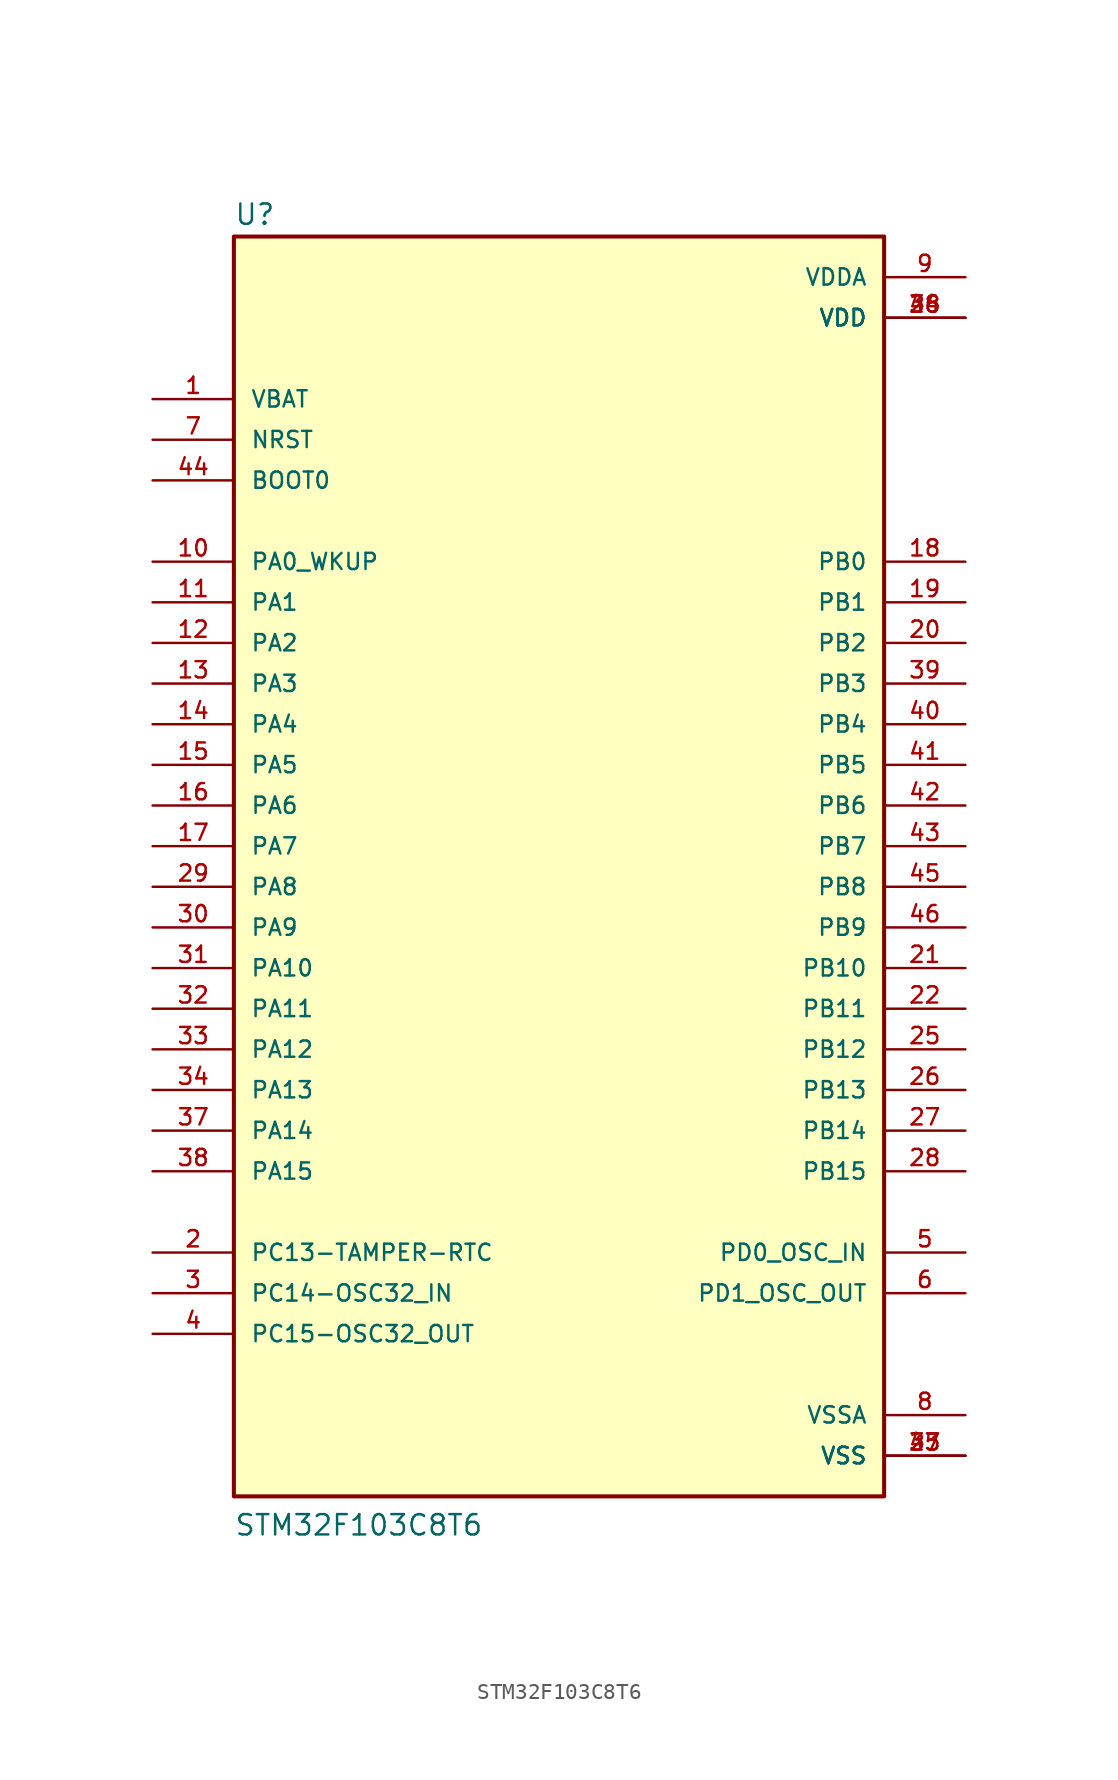
<source format=kicad_sym>
(kicad_symbol_lib
  (version 20241209)
  (generator "kicad_symbol_editor")
  (generator_version "9.0")
  (symbol "STM32F103C8T6"
    (pin_names
      (offset 1.016))
    (property "Reference" "U"
      (at -20.32 41.275 0)
      (effects (font (size 1.27 1.27)) (justify left bottom)))
    (property "Value" "STM32F103C8T6"
      (at -20.32 -40.64 0)
      (effects (font (size 1.27 1.27)) (justify left bottom)))
    (symbol "STM32F103C8T6_0_0"
      (rectangle (start -20.32 -38.1) (end 20.32 40.64) (stroke (width 0.254) (type default)) (fill (type background)))
      (pin bidirectional line (at -25.4 30.48 0) (length 5.08) (name "VBAT" (effects (font (size 1.016 1.016)))) (number "1" (effects (font (size 1.016 1.016)))))
      (pin input line (at -25.4 27.94 0) (length 5.08) (name "NRST" (effects (font (size 1.016 1.016)))) (number "7" (effects (font (size 1.016 1.016)))))
      (pin input line (at -25.4 25.4 0) (length 5.08) (name "BOOT0" (effects (font (size 1.016 1.016)))) (number "44" (effects (font (size 1.016 1.016)))))
      (pin bidirectional line (at -25.4 20.32 0) (length 5.08) (name "PA0_WKUP" (effects (font (size 1.016 1.016)))) (number "10" (effects (font (size 1.016 1.016)))))
      (pin bidirectional line (at -25.4 17.78 0) (length 5.08) (name "PA1" (effects (font (size 1.016 1.016)))) (number "11" (effects (font (size 1.016 1.016)))))
      (pin bidirectional line (at -25.4 15.24 0) (length 5.08) (name "PA2" (effects (font (size 1.016 1.016)))) (number "12" (effects (font (size 1.016 1.016)))))
      (pin bidirectional line (at -25.4 12.7 0) (length 5.08) (name "PA3" (effects (font (size 1.016 1.016)))) (number "13" (effects (font (size 1.016 1.016)))))
      (pin bidirectional line (at -25.4 10.16 0) (length 5.08) (name "PA4" (effects (font (size 1.016 1.016)))) (number "14" (effects (font (size 1.016 1.016)))))
      (pin bidirectional line (at -25.4 7.62 0) (length 5.08) (name "PA5" (effects (font (size 1.016 1.016)))) (number "15" (effects (font (size 1.016 1.016)))))
      (pin bidirectional line (at -25.4 5.08 0) (length 5.08) (name "PA6" (effects (font (size 1.016 1.016)))) (number "16" (effects (font (size 1.016 1.016)))))
      (pin bidirectional line (at -25.4 2.54 0) (length 5.08) (name "PA7" (effects (font (size 1.016 1.016)))) (number "17" (effects (font (size 1.016 1.016)))))
      (pin bidirectional line (at -25.4 0 0) (length 5.08) (name "PA8" (effects (font (size 1.016 1.016)))) (number "29" (effects (font (size 1.016 1.016)))))
      (pin bidirectional line (at -25.4 -2.54 0) (length 5.08) (name "PA9" (effects (font (size 1.016 1.016)))) (number "30" (effects (font (size 1.016 1.016)))))
      (pin bidirectional line (at -25.4 -5.08 0) (length 5.08) (name "PA10" (effects (font (size 1.016 1.016)))) (number "31" (effects (font (size 1.016 1.016)))))
      (pin bidirectional line (at -25.4 -7.62 0) (length 5.08) (name "PA11" (effects (font (size 1.016 1.016)))) (number "32" (effects (font (size 1.016 1.016)))))
      (pin bidirectional line (at -25.4 -10.16 0) (length 5.08) (name "PA12" (effects (font (size 1.016 1.016)))) (number "33" (effects (font (size 1.016 1.016)))))
      (pin bidirectional line (at -25.4 -12.7 0) (length 5.08) (name "PA13" (effects (font (size 1.016 1.016)))) (number "34" (effects (font (size 1.016 1.016)))))
      (pin bidirectional line (at -25.4 -15.24 0) (length 5.08) (name "PA14" (effects (font (size 1.016 1.016)))) (number "37" (effects (font (size 1.016 1.016)))))
      (pin bidirectional line (at -25.4 -17.78 0) (length 5.08) (name "PA15" (effects (font (size 1.016 1.016)))) (number "38" (effects (font (size 1.016 1.016)))))
      (pin bidirectional line (at -25.4 -22.86 0) (length 5.08) (name "PC13-TAMPER-RTC" (effects (font (size 1.016 1.016)))) (number "2" (effects (font (size 1.016 1.016)))))
      (pin bidirectional line (at -25.4 -25.4 0) (length 5.08) (name "PC14-OSC32_IN" (effects (font (size 1.016 1.016)))) (number "3" (effects (font (size 1.016 1.016)))))
      (pin bidirectional line (at -25.4 -27.94 0) (length 5.08) (name "PC15-OSC32_OUT" (effects (font (size 1.016 1.016)))) (number "4" (effects (font (size 1.016 1.016)))))
      (pin power_in line (at 25.4 38.1 180) (length 5.08) (name "VDDA" (effects (font (size 1.016 1.016)))) (number "9" (effects (font (size 1.016 1.016)))))
      (pin power_in line (at 25.4 35.56 180) (length 5.08) (name "VDD" (effects (font (size 1.016 1.016)))) (number "24" (effects (font (size 1.016 1.016)))))
      (pin power_in line (at 25.4 35.56 180) (length 5.08) (name "VDD" (effects (font (size 1.016 1.016)))) (number "36" (effects (font (size 1.016 1.016)))))
      (pin power_in line (at 25.4 35.56 180) (length 5.08) (name "VDD" (effects (font (size 1.016 1.016)))) (number "48" (effects (font (size 1.016 1.016)))))
      (pin bidirectional line (at 25.4 20.32 180) (length 5.08) (name "PB0" (effects (font (size 1.016 1.016)))) (number "18" (effects (font (size 1.016 1.016)))))
      (pin bidirectional line (at 25.4 17.78 180) (length 5.08) (name "PB1" (effects (font (size 1.016 1.016)))) (number "19" (effects (font (size 1.016 1.016)))))
      (pin bidirectional line (at 25.4 15.24 180) (length 5.08) (name "PB2" (effects (font (size 1.016 1.016)))) (number "20" (effects (font (size 1.016 1.016)))))
      (pin bidirectional line (at 25.4 12.7 180) (length 5.08) (name "PB3" (effects (font (size 1.016 1.016)))) (number "39" (effects (font (size 1.016 1.016)))))
      (pin bidirectional line (at 25.4 10.16 180) (length 5.08) (name "PB4" (effects (font (size 1.016 1.016)))) (number "40" (effects (font (size 1.016 1.016)))))
      (pin bidirectional line (at 25.4 7.62 180) (length 5.08) (name "PB5" (effects (font (size 1.016 1.016)))) (number "41" (effects (font (size 1.016 1.016)))))
      (pin bidirectional line (at 25.4 5.08 180) (length 5.08) (name "PB6" (effects (font (size 1.016 1.016)))) (number "42" (effects (font (size 1.016 1.016)))))
      (pin bidirectional line (at 25.4 2.54 180) (length 5.08) (name "PB7" (effects (font (size 1.016 1.016)))) (number "43" (effects (font (size 1.016 1.016)))))
      (pin bidirectional line (at 25.4 0 180) (length 5.08) (name "PB8" (effects (font (size 1.016 1.016)))) (number "45" (effects (font (size 1.016 1.016)))))
      (pin bidirectional line (at 25.4 -2.54 180) (length 5.08) (name "PB9" (effects (font (size 1.016 1.016)))) (number "46" (effects (font (size 1.016 1.016)))))
      (pin bidirectional line (at 25.4 -5.08 180) (length 5.08) (name "PB10" (effects (font (size 1.016 1.016)))) (number "21" (effects (font (size 1.016 1.016)))))
      (pin bidirectional line (at 25.4 -7.62 180) (length 5.08) (name "PB11" (effects (font (size 1.016 1.016)))) (number "22" (effects (font (size 1.016 1.016)))))
      (pin bidirectional line (at 25.4 -10.16 180) (length 5.08) (name "PB12" (effects (font (size 1.016 1.016)))) (number "25" (effects (font (size 1.016 1.016)))))
      (pin bidirectional line (at 25.4 -12.7 180) (length 5.08) (name "PB13" (effects (font (size 1.016 1.016)))) (number "26" (effects (font (size 1.016 1.016)))))
      (pin bidirectional line (at 25.4 -15.24 180) (length 5.08) (name "PB14" (effects (font (size 1.016 1.016)))) (number "27" (effects (font (size 1.016 1.016)))))
      (pin bidirectional line (at 25.4 -17.78 180) (length 5.08) (name "PB15" (effects (font (size 1.016 1.016)))) (number "28" (effects (font (size 1.016 1.016)))))
      (pin bidirectional line (at 25.4 -22.86 180) (length 5.08) (name "PD0_OSC_IN" (effects (font (size 1.016 1.016)))) (number "5" (effects (font (size 1.016 1.016)))))
      (pin bidirectional line (at 25.4 -25.4 180) (length 5.08) (name "PD1_OSC_OUT" (effects (font (size 1.016 1.016)))) (number "6" (effects (font (size 1.016 1.016)))))
      (pin power_in line (at 25.4 -33.02 180) (length 5.08) (name "VSSA" (effects (font (size 1.016 1.016)))) (number "8" (effects (font (size 1.016 1.016)))))
      (pin power_in line (at 25.4 -35.56 180) (length 5.08) (name "VSS" (effects (font (size 1.016 1.016)))) (number "23" (effects (font (size 1.016 1.016)))))
      (pin power_in line (at 25.4 -35.56 180) (length 5.08) (name "VSS" (effects (font (size 1.016 1.016)))) (number "35" (effects (font (size 1.016 1.016)))))
      (pin power_in line (at 25.4 -35.56 180) (length 5.08) (name "VSS" (effects (font (size 1.016 1.016)))) (number "47" (effects (font (size 1.016 1.016))))))))
</source>
